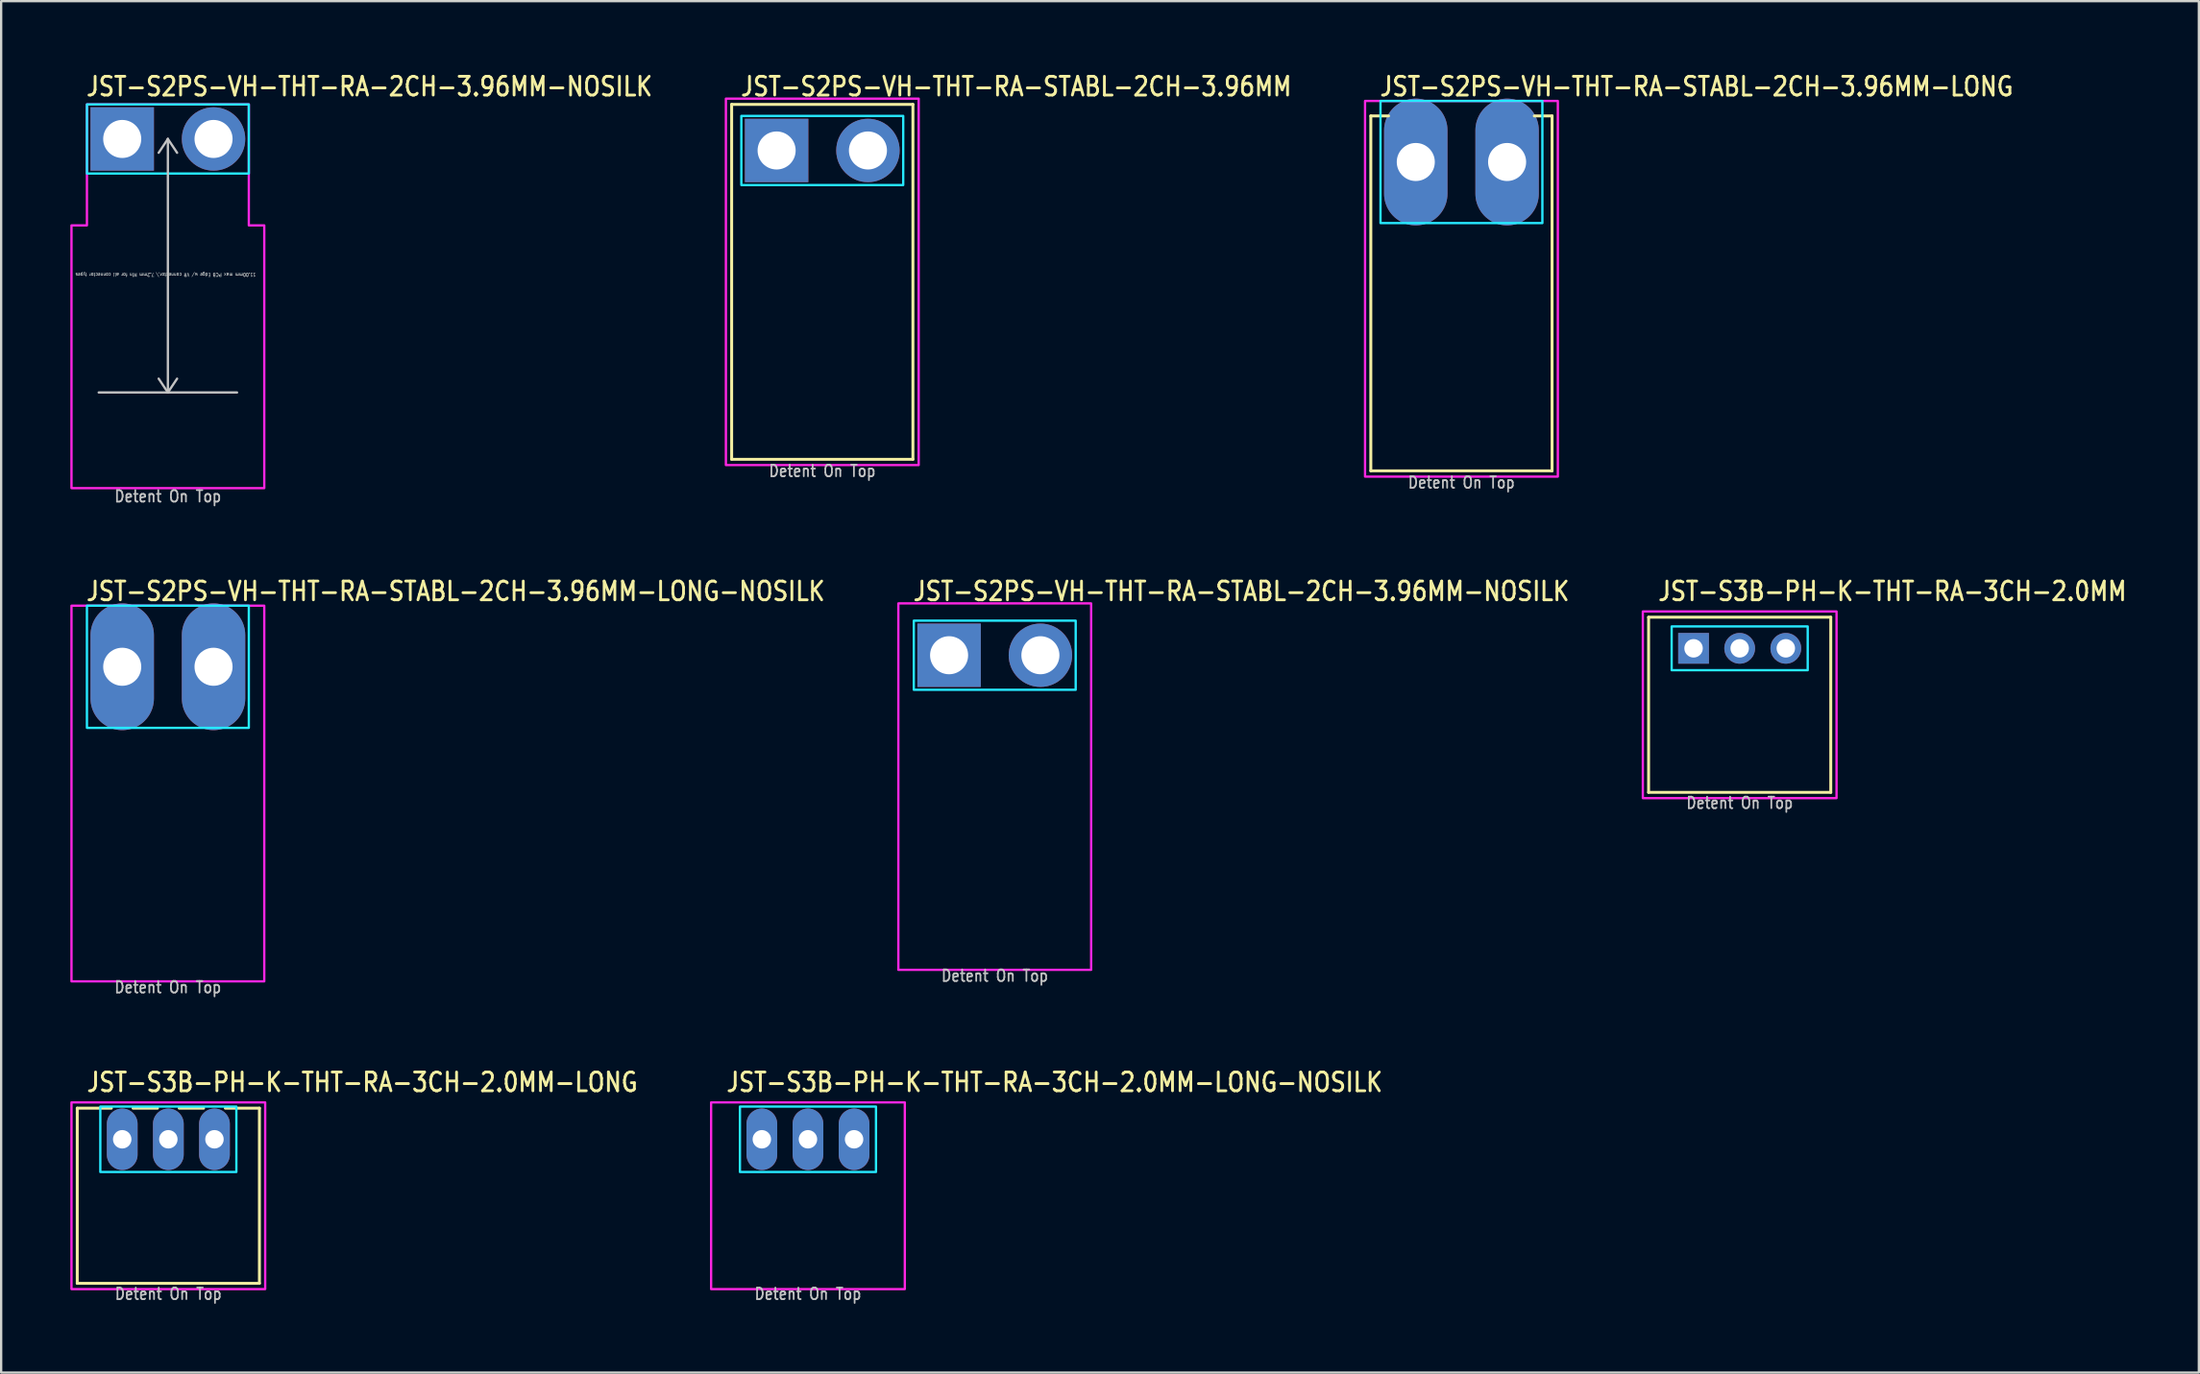
<source format=kicad_pcb>
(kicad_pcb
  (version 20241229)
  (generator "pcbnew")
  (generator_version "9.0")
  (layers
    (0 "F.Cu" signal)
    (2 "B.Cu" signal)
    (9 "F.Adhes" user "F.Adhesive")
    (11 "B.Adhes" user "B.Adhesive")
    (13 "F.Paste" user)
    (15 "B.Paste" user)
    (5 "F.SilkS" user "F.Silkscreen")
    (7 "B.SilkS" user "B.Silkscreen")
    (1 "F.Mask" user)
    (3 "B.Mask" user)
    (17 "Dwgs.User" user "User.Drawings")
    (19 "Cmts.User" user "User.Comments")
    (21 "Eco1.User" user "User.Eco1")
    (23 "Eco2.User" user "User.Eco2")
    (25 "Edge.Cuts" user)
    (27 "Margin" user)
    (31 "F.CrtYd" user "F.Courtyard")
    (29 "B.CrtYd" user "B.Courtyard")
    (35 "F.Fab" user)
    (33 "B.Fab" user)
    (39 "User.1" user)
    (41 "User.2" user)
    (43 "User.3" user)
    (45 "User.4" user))
  (footprint "JST-S2PS-VH-THT-RA-STABL-2CH-3.96MM-LONG"
    (layer "F.Cu")
    (at 60.325 3.979)
    (property "Reference" "JST-S2PS-VH-THT-RA-STABL-2CH-3.96MM-LONG" (at -3.6 -2.8 0) (unlocked yes) (layer "F.SilkS") (effects (font (size 0.813 0.695) (thickness 0.122)) (justify left bottom)))
    (fp_line (start -3.93 -2) (end -3.16 -2) (stroke (width 0.127) (type solid)) (layer "F.SilkS"))
    (fp_line (start -3.93 13.4) (end -3.93 -2) (stroke (width 0.127) (type solid)) (layer "F.SilkS"))
    (fp_line (start -3.93 13.4) (end 3.93 13.4) (stroke (width 0.127) (type solid)) (layer "F.SilkS"))
    (fp_line (start 3.93 -2) (end 3.16 -2) (stroke (width 0.127) (type solid)) (layer "F.SilkS"))
    (fp_line (start 3.93 -2) (end 3.93 13.4) (stroke (width 0.127) (type solid)) (layer "F.SilkS"))
    (fp_poly (pts (xy -3.51 -2.65) (xy -3.51 2.65) (xy 3.51 2.65) (xy 3.51 -2.65)) (stroke (width 0.1) (type solid)) (fill no) (layer "B.CrtYd"))
    (fp_poly (pts (xy -4.18 -2.65) (xy -4.18 13.65) (xy 4.18 13.65) (xy 4.18 -2.65)) (stroke (width 0.1) (type solid)) (fill no) (layer "F.CrtYd"))
    (fp_text user "Detent On Top" (at 0 14.2 0) (unlocked yes) (layer "Dwgs.User") (effects (font (size 0.5 0.427) (thickness 0.075)) (justify bottom)))
    (pad "1" thru_hole oval (at -1.98 0 90) (size 5.5 2.75) (drill 1.65) (layers "*.Cu" "*.Mask"))
    (pad "2" thru_hole oval (at 1.98 0 90) (size 5.5 2.75) (drill 1.65) (layers "*.Cu" "*.Mask")))
  (footprint "JST-S2PS-VH-THT-RA-STABL-2CH-3.96MM-NOSILK"
    (layer "F.Cu")
    (at 40.087 25.38)
    (property "Reference" "JST-S2PS-VH-THT-RA-STABL-2CH-3.96MM-NOSILK" (at -3.6 -2.3 0) (unlocked yes) (layer "F.SilkS") (effects (font (size 0.813 0.695) (thickness 0.122)) (justify left bottom)))
    (fp_poly (pts (xy -3.51 -1.5) (xy -3.51 1.5) (xy 3.51 1.5) (xy 3.51 -1.5)) (stroke (width 0.1) (type solid)) (fill no) (layer "B.CrtYd"))
    (fp_poly (pts (xy -4.18 13.65) (xy 4.18 13.65) (xy 4.18 -2.25) (xy -4.18 -2.25)) (stroke (width 0.1) (type solid)) (fill no) (layer "F.CrtYd"))
    (fp_text user "Detent On Top" (at 0 14.2 0) (unlocked yes) (layer "Dwgs.User") (effects (font (size 0.5 0.427) (thickness 0.075)) (justify bottom)))
    (pad "1" thru_hole rect (at -1.98 0) (size 2.75 2.75) (drill 1.65) (layers "*.Cu" "*.Mask"))
    (pad "2" thru_hole oval (at 1.98 0) (size 2.75 2.75) (drill 1.65) (layers "*.Cu" "*.Mask")))
  (footprint "JST-S2PS-VH-THT-RA-2CH-3.96MM-NOSILK"
    (layer "F.Cu")
    (at 4.23 2.979)
    (property "Reference" "JST-S2PS-VH-THT-RA-2CH-3.96MM-NOSILK" (at -3.6 -1.8 0) (unlocked yes) (layer "F.SilkS") (effects (font (size 0.813 0.695) (thickness 0.122)) (justify left bottom)))
    (fp_line (start -3 11) (end 3 11) (stroke (width 0.1) (type solid)) (layer "Dwgs.User"))
    (fp_line (start 0 0) (end -0.4 0.6) (stroke (width 0.1) (type solid)) (layer "Dwgs.User"))
    (fp_line (start 0 0) (end 0 11) (stroke (width 0.1) (type solid)) (layer "Dwgs.User"))
    (fp_line (start 0 0) (end 0.4 0.6) (stroke (width 0.1) (type solid)) (layer "Dwgs.User"))
    (fp_line (start 0 11) (end -0.4 10.4) (stroke (width 0.1) (type solid)) (layer "Dwgs.User"))
    (fp_line (start 0 11) (end 0.4 10.4) (stroke (width 0.1) (type solid)) (layer "Dwgs.User"))
    (fp_poly (pts (xy -3.51 -1.5) (xy -3.51 1.5) (xy 3.51 1.5) (xy 3.51 -1.5)) (stroke (width 0.1) (type solid)) (fill no) (layer "B.CrtYd"))
    (fp_poly (pts (xy -4.18 3.75) (xy -4.18 15.15) (xy 4.18 15.15) (xy 4.18 3.75) (xy 3.51 3.75) (xy 3.51 -1.5) (xy -3.51 -1.5) (xy -3.51 3.75)) (stroke (width 0.1) (type solid)) (fill no) (layer "F.CrtYd"))
    (fp_text user "11.00mm max PCB Edge w/ VR connector,\\ 7.2mm Min for all connector types" (at -0.1 5.8 180) (unlocked yes) (layer "Dwgs.User") (effects (font (size 0.15 0.128) (thickness 0.022)) (justify bottom)))
    (fp_text user "Detent On Top" (at 0 15.8 0) (unlocked yes) (layer "Dwgs.User") (effects (font (size 0.5 0.427) (thickness 0.075)) (justify bottom)))
    (pad "1" thru_hole rect (at -1.98 0) (size 2.75 2.75) (drill 1.65) (layers "*.Cu" "*.Mask"))
    (pad "2" thru_hole oval (at 1.98 0) (size 2.75 2.75) (drill 1.65) (layers "*.Cu" "*.Mask")))
  (footprint "JST-S3B-PH-K-THT-RA-3CH-2.0MM"
    (layer "F.Cu")
    (at 72.391 25.08)
    (property "Reference" "JST-S3B-PH-K-THT-RA-3CH-2.0MM" (at -3.6 -2 0) (unlocked yes) (layer "F.SilkS") (effects (font (size 0.813 0.695) (thickness 0.122)) (justify left bottom)))
    (fp_line (start -3.95 -1.35) (end 3.95 -1.35) (stroke (width 0.127) (type solid)) (layer "F.SilkS"))
    (fp_line (start -3.95 6.25) (end -3.95 -1.35) (stroke (width 0.127) (type solid)) (layer "F.SilkS"))
    (fp_line (start -3.95 6.25) (end 3.95 6.25) (stroke (width 0.127) (type solid)) (layer "F.SilkS"))
    (fp_line (start 3.95 -1.35) (end 3.95 6.25) (stroke (width 0.127) (type solid)) (layer "F.SilkS"))
    (fp_poly (pts (xy -2.95 -0.95) (xy -2.95 0.95) (xy 2.95 0.95) (xy 2.95 -0.95)) (stroke (width 0.1) (type solid)) (fill no) (layer "B.CrtYd"))
    (fp_poly (pts (xy -4.2 -1.6) (xy -4.2 6.5) (xy 4.2 6.5) (xy 4.2 -1.6)) (stroke (width 0.1) (type solid)) (fill no) (layer "F.CrtYd"))
    (fp_text user "Detent On Top" (at 0 7 0) (unlocked yes) (layer "Dwgs.User") (effects (font (size 0.5 0.427) (thickness 0.075)) (justify bottom)))
    (pad "1" thru_hole rect (at -2 0) (size 1.333 1.333) (drill 0.8) (layers "*.Cu" "*.Mask"))
    (pad "2" thru_hole oval (at 0 0) (size 1.333 1.333) (drill 0.8) (layers "*.Cu" "*.Mask"))
    (pad "3" thru_hole oval (at 2 0) (size 1.333 1.333) (drill 0.8) (layers "*.Cu" "*.Mask")))
  (footprint "JST-S2PS-VH-THT-RA-STABL-2CH-3.96MM"
    (layer "F.Cu")
    (at 32.608 3.479)
    (property "Reference" "JST-S2PS-VH-THT-RA-STABL-2CH-3.96MM" (at -3.6 -2.3 0) (unlocked yes) (layer "F.SilkS") (effects (font (size 0.813 0.695) (thickness 0.122)) (justify left bottom)))
    (fp_line (start -3.93 -2) (end 3.93 -2) (stroke (width 0.127) (type solid)) (layer "F.SilkS"))
    (fp_line (start -3.93 13.4) (end -3.93 -2) (stroke (width 0.127) (type solid)) (layer "F.SilkS"))
    (fp_line (start -3.93 13.4) (end 3.93 13.4) (stroke (width 0.127) (type solid)) (layer "F.SilkS"))
    (fp_line (start 3.93 -2) (end 3.93 13.4) (stroke (width 0.127) (type solid)) (layer "F.SilkS"))
    (fp_poly (pts (xy -3.51 -1.5) (xy -3.51 1.5) (xy 3.51 1.5) (xy 3.51 -1.5)) (stroke (width 0.1) (type solid)) (fill no) (layer "B.CrtYd"))
    (fp_poly (pts (xy -4.18 13.65) (xy 4.18 13.65) (xy 4.18 -2.25) (xy -4.18 -2.25)) (stroke (width 0.1) (type solid)) (fill no) (layer "F.CrtYd"))
    (fp_text user "Detent On Top" (at 0 14.2 0) (unlocked yes) (layer "Dwgs.User") (effects (font (size 0.5 0.427) (thickness 0.075)) (justify bottom)))
    (pad "1" thru_hole rect (at -1.98 0) (size 2.75 2.75) (drill 1.65) (layers "*.Cu" "*.Mask"))
    (pad "2" thru_hole oval (at 1.98 0) (size 2.75 2.75) (drill 1.65) (layers "*.Cu" "*.Mask")))
  (footprint "JST-S3B-PH-K-THT-RA-3CH-2.0MM-LONG-NOSILK"
    (layer "F.Cu")
    (at 31.987 46.382)
    (property "Reference" "JST-S3B-PH-K-THT-RA-3CH-2.0MM-LONG-NOSILK" (at -3.6 -2 0) (unlocked yes) (layer "F.SilkS") (effects (font (size 0.813 0.695) (thickness 0.122)) (justify left bottom)))
    (fp_poly (pts (xy -2.95 -1.42) (xy -2.95 1.42) (xy 2.95 1.42) (xy 2.95 -1.42)) (stroke (width 0.1) (type solid)) (fill no) (layer "B.CrtYd"))
    (fp_poly (pts (xy -4.2 -1.6) (xy -4.2 6.5) (xy 4.2 6.5) (xy 4.2 -1.6)) (stroke (width 0.1) (type solid)) (fill no) (layer "F.CrtYd"))
    (fp_text user "Detent On Top" (at 0 7 0) (unlocked yes) (layer "Dwgs.User") (effects (font (size 0.5 0.427) (thickness 0.075)) (justify bottom)))
    (pad "1" thru_hole oval (at -2 0 90) (size 2.667 1.333) (drill 0.8) (layers "*.Cu" "*.Mask"))
    (pad "2" thru_hole oval (at 0 0 90) (size 2.667 1.333) (drill 0.8) (layers "*.Cu" "*.Mask"))
    (pad "3" thru_hole oval (at 2 0 90) (size 2.667 1.333) (drill 0.8) (layers "*.Cu" "*.Mask")))
  (footprint "JST-S3B-PH-K-THT-RA-3CH-2.0MM-LONG"
    (layer "F.Cu")
    (at 4.25 46.382)
    (property "Reference" "JST-S3B-PH-K-THT-RA-3CH-2.0MM-LONG" (at -3.6 -2 0) (unlocked yes) (layer "F.SilkS") (effects (font (size 0.813 0.695) (thickness 0.122)) (justify left bottom)))
    (fp_line (start -3.95 -1.35) (end -2.471 -1.35) (stroke (width 0.127) (type solid)) (layer "F.SilkS"))
    (fp_line (start -3.95 6.25) (end -3.95 -1.35) (stroke (width 0.127) (type solid)) (layer "F.SilkS"))
    (fp_line (start -3.95 6.25) (end 3.95 6.25) (stroke (width 0.127) (type solid)) (layer "F.SilkS"))
    (fp_line (start -1.529 -1.35) (end -0.471 -1.35) (stroke (width 0.127) (type solid)) (layer "F.SilkS"))
    (fp_line (start 0.471 -1.35) (end 1.529 -1.35) (stroke (width 0.127) (type solid)) (layer "F.SilkS"))
    (fp_line (start 2.471 -1.35) (end 3.95 -1.35) (stroke (width 0.127) (type solid)) (layer "F.SilkS"))
    (fp_line (start 3.95 -1.35) (end 3.95 6.25) (stroke (width 0.127) (type solid)) (layer "F.SilkS"))
    (fp_poly (pts (xy -2.95 -1.42) (xy -2.95 1.42) (xy 2.95 1.42) (xy 2.95 -1.42)) (stroke (width 0.1) (type solid)) (fill no) (layer "B.CrtYd"))
    (fp_poly (pts (xy -4.2 -1.6) (xy -4.2 6.5) (xy 4.2 6.5) (xy 4.2 -1.6)) (stroke (width 0.1) (type solid)) (fill no) (layer "F.CrtYd"))
    (fp_text user "Detent On Top" (at 0 7 0) (unlocked yes) (layer "Dwgs.User") (effects (font (size 0.5 0.427) (thickness 0.075)) (justify bottom)))
    (pad "1" thru_hole oval (at -2 0 90) (size 2.667 1.333) (drill 0.8) (layers "*.Cu" "*.Mask"))
    (pad "2" thru_hole oval (at 0 0 90) (size 2.667 1.333) (drill 0.8) (layers "*.Cu" "*.Mask"))
    (pad "3" thru_hole oval (at 2 0 90) (size 2.667 1.333) (drill 0.8) (layers "*.Cu" "*.Mask")))
  (footprint "JST-S2PS-VH-THT-RA-STABL-2CH-3.96MM-LONG-NOSILK"
    (layer "F.Cu")
    (at 4.23 25.88)
    (property "Reference" "JST-S2PS-VH-THT-RA-STABL-2CH-3.96MM-LONG-NOSILK" (at -3.6 -2.8 0) (unlocked yes) (layer "F.SilkS") (effects (font (size 0.813 0.695) (thickness 0.122)) (justify left bottom)))
    (fp_poly (pts (xy -3.51 -2.65) (xy -3.51 2.65) (xy 3.51 2.65) (xy 3.51 -2.65)) (stroke (width 0.1) (type solid)) (fill no) (layer "B.CrtYd"))
    (fp_poly (pts (xy -4.18 -2.65) (xy -4.18 13.65) (xy 4.18 13.65) (xy 4.18 -2.65)) (stroke (width 0.1) (type solid)) (fill no) (layer "F.CrtYd"))
    (fp_text user "Detent On Top" (at 0 14.2 0) (unlocked yes) (layer "Dwgs.User") (effects (font (size 0.5 0.427) (thickness 0.075)) (justify bottom)))
    (pad "1" thru_hole oval (at -1.98 0 90) (size 5.5 2.75) (drill 1.65) (layers "*.Cu" "*.Mask"))
    (pad "2" thru_hole oval (at 1.98 0 90) (size 5.5 2.75) (drill 1.65) (layers "*.Cu" "*.Mask")))
  (gr_rect
    (start -3 -3)
    (end 92.303 56.505)
    (stroke (width 0.1) (type default))
    (fill no)
    (layer "Edge.Cuts")))
</source>
